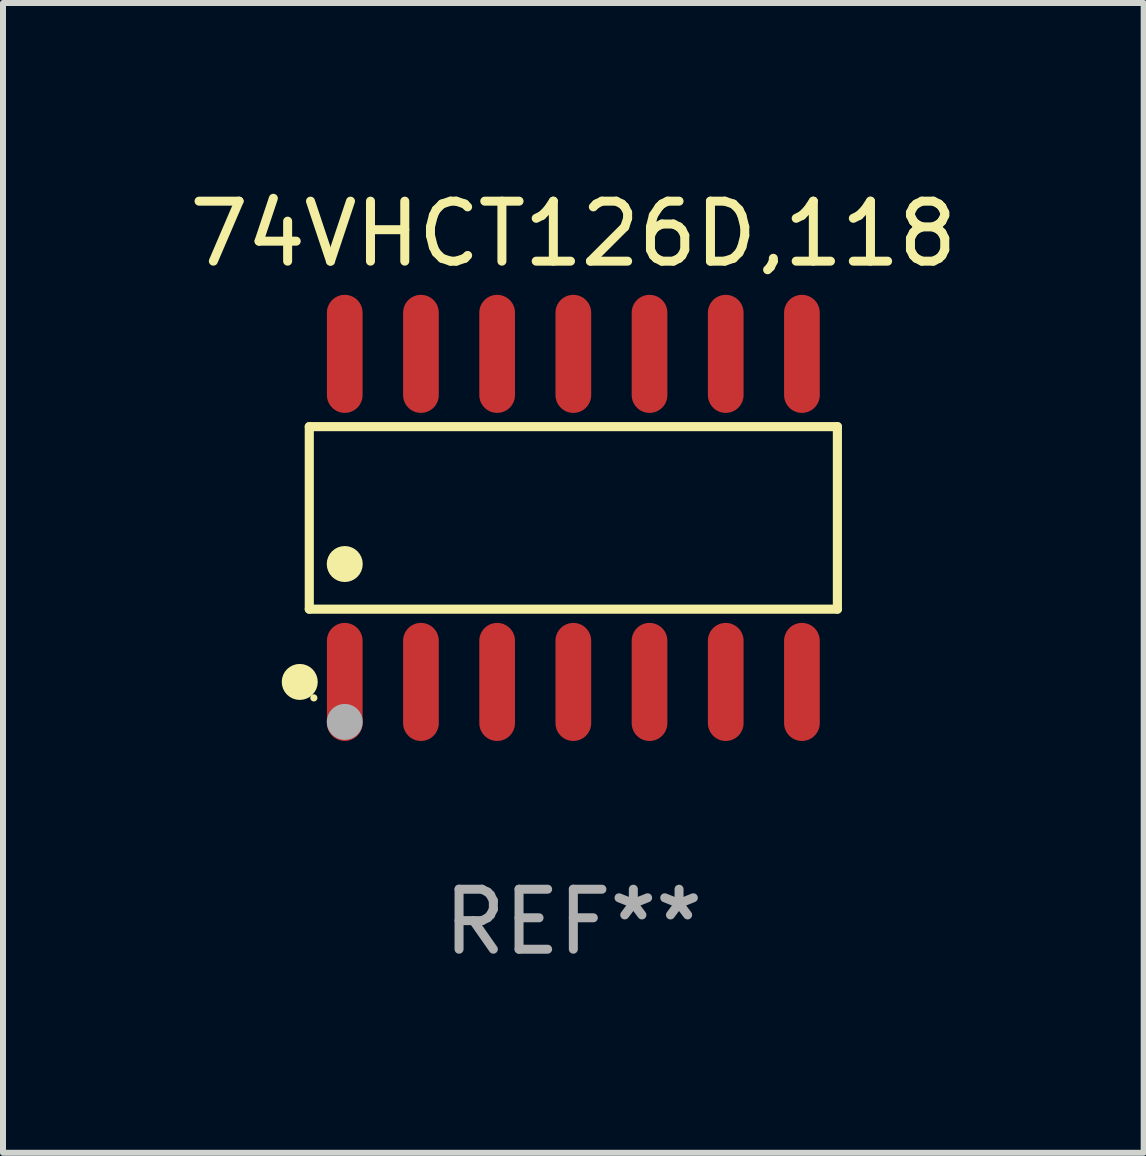
<source format=kicad_pcb>
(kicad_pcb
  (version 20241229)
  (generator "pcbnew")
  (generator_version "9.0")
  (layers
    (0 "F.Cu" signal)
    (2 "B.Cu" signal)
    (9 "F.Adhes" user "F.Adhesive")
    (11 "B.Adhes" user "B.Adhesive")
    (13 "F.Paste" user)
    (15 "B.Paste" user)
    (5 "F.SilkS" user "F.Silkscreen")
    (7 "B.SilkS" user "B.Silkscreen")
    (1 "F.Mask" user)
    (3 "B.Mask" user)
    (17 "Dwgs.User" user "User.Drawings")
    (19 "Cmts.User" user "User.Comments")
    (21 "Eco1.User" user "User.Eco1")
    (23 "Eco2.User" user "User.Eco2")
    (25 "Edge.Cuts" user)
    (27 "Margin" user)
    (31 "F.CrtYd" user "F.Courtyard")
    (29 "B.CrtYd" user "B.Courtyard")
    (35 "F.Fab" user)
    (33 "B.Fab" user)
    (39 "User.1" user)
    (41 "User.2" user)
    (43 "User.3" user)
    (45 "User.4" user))
  (footprint "74VHCT126D,118"
    (layer "F.Cu")
    (at 6.506 5.582)
    (property "Reference" "74VHCT126D,118" (at 0 -4.734 0) (layer "F.SilkS") (effects (font (size 1 1) (thickness 0.15))))
    (attr through_hole)
    (fp_line (start -4.401 -1.521) (end 4.401 -1.521) (stroke (width 0.152) (type solid)) (layer "F.SilkS"))
    (fp_line (start -4.401 1.521) (end -4.401 -1.521) (stroke (width 0.152) (type solid)) (layer "F.SilkS"))
    (fp_line (start 4.401 -1.521) (end 4.401 1.521) (stroke (width 0.152) (type solid)) (layer "F.SilkS"))
    (fp_line (start 4.401 1.521) (end -4.401 1.521) (stroke (width 0.152) (type solid)) (layer "F.SilkS"))
    (fp_circle (center -4.56 2.734) (end -4.41 2.734) (stroke (width 0.3) (type solid)) (fill no) (layer "F.SilkS"))
    (fp_circle (center -4.325 3) (end -4.295 3) (stroke (width 0.06) (type solid)) (fill no) (layer "F.SilkS"))
    (fp_circle (center -3.81 0.769) (end -3.66 0.769) (stroke (width 0.3) (type solid)) (fill no) (layer "F.SilkS"))
    (fp_circle (center -3.81 3.4) (end -3.66 3.4) (stroke (width 0.3) (type solid)) (fill no) (layer "F.Fab"))
    (fp_text user "REF**" (at 0 6.734 0) (layer "F.Fab") (effects (font (size 1 1) (thickness 0.15))))
    (pad "1" smd oval (at -3.81 2.734) (size 0.595 1.968) (layers "F.Cu" "F.Mask" "F.Paste"))
    (pad "2" smd oval (at -2.54 2.734) (size 0.595 1.968) (layers "F.Cu" "F.Mask" "F.Paste"))
    (pad "3" smd oval (at -1.27 2.734) (size 0.595 1.968) (layers "F.Cu" "F.Mask" "F.Paste"))
    (pad "4" smd oval (at 0 2.734) (size 0.595 1.968) (layers "F.Cu" "F.Mask" "F.Paste"))
    (pad "5" smd oval (at 1.27 2.734) (size 0.595 1.968) (layers "F.Cu" "F.Mask" "F.Paste"))
    (pad "6" smd oval (at 2.54 2.734) (size 0.595 1.968) (layers "F.Cu" "F.Mask" "F.Paste"))
    (pad "7" smd oval (at 3.81 2.734) (size 0.595 1.968) (layers "F.Cu" "F.Mask" "F.Paste"))
    (pad "8" smd oval (at 3.81 -2.734) (size 0.595 1.968) (layers "F.Cu" "F.Mask" "F.Paste"))
    (pad "9" smd oval (at 2.54 -2.734) (size 0.595 1.968) (layers "F.Cu" "F.Mask" "F.Paste"))
    (pad "10" smd oval (at 1.27 -2.734) (size 0.595 1.968) (layers "F.Cu" "F.Mask" "F.Paste"))
    (pad "11" smd oval (at 0 -2.734) (size 0.595 1.968) (layers "F.Cu" "F.Mask" "F.Paste"))
    (pad "12" smd oval (at -1.27 -2.734) (size 0.595 1.968) (layers "F.Cu" "F.Mask" "F.Paste"))
    (pad "13" smd oval (at -2.54 -2.734) (size 0.595 1.968) (layers "F.Cu" "F.Mask" "F.Paste"))
    (pad "14" smd oval (at -3.81 -2.734) (size 0.595 1.968) (layers "F.Cu" "F.Mask" "F.Paste")))
  (gr_rect
    (start -3 -3)
    (end 16.012 16.164)
    (stroke (width 0.1) (type default))
    (fill no)
    (layer "Edge.Cuts")))
</source>
